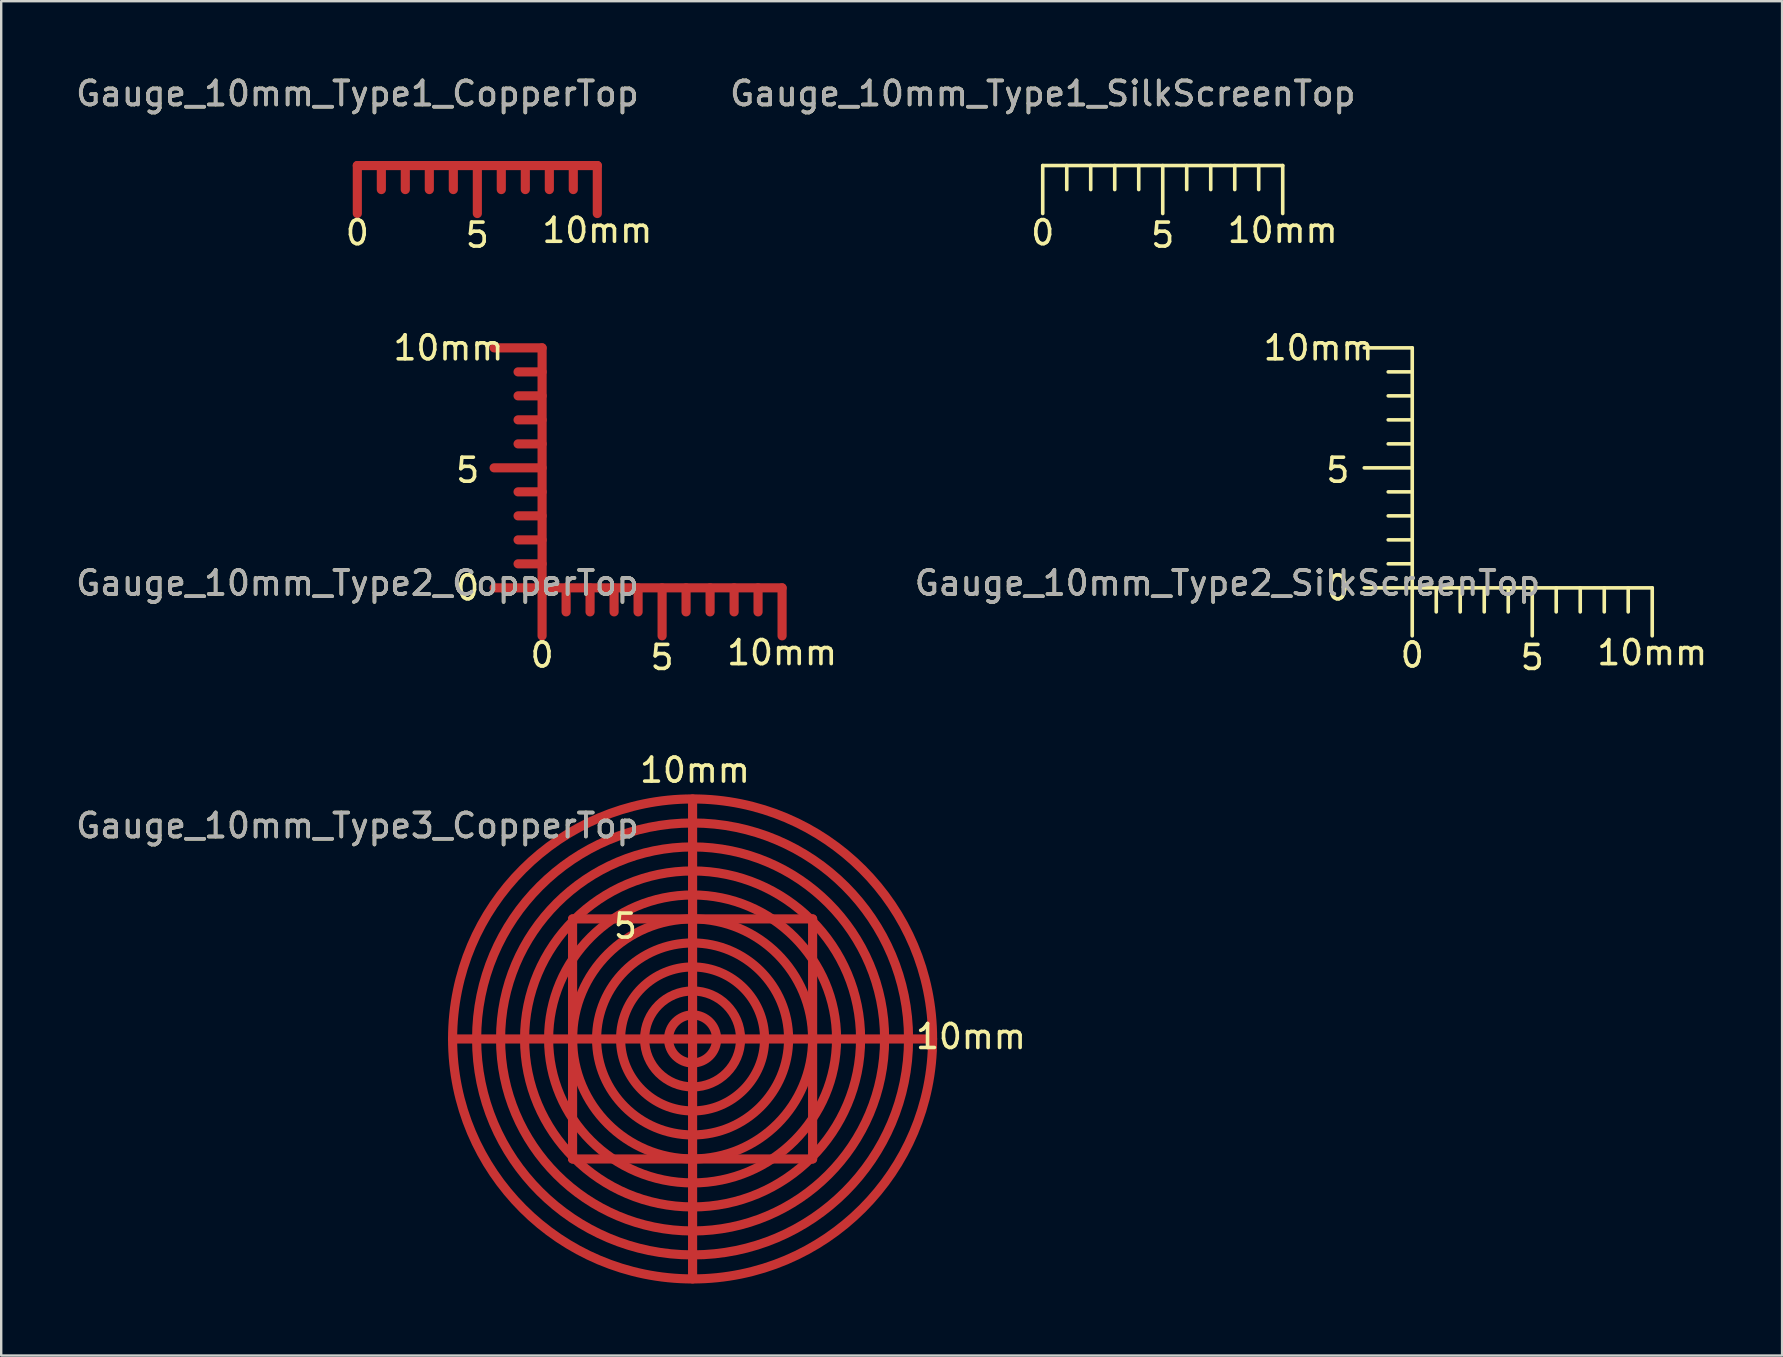
<source format=kicad_pcb>
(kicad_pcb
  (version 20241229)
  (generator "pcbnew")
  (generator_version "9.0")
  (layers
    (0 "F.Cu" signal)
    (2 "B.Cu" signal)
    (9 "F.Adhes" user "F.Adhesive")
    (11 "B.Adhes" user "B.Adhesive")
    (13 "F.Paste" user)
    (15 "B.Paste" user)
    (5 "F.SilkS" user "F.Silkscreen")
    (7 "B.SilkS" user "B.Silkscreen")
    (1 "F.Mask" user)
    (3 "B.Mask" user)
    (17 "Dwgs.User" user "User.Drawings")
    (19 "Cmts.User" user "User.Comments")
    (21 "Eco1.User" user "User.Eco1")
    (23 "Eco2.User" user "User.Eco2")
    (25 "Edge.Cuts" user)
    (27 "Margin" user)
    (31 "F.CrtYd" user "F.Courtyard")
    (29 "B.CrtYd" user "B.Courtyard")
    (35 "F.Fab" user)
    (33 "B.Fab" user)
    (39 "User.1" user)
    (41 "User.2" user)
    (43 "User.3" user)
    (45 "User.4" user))
  (footprint "Gauge_10mm_Type3_CopperTop"
    (layer "F.Cu")
    (at 25.809 40.241)
    (property "Reference" "Gauge_10mm_Type3_CopperTop" (at -13.97 -8.89 0) (layer "F.SilkS") (effects (font (size 1 1) (thickness 0.15))))
    (attr exclude_from_pos_files exclude_from_bom)
    (fp_line (start -5.001 -5.001) (end -5.001 0) (stroke (width 0.381) (type solid)) (layer "F.Cu"))
    (fp_line (start -5.001 5.001) (end -5.001 0) (stroke (width 0.381) (type solid)) (layer "F.Cu"))
    (fp_line (start -1.999 0) (end -10 0) (stroke (width 0.381) (type solid)) (layer "F.Cu"))
    (fp_line (start 0 -5.001) (end -5.001 -5.001) (stroke (width 0.381) (type solid)) (layer "F.Cu"))
    (fp_line (start 0 -5.001) (end 5.001 -5.001) (stroke (width 0.381) (type solid)) (layer "F.Cu"))
    (fp_line (start 0 0) (end -1.999 0) (stroke (width 0.381) (type solid)) (layer "F.Cu"))
    (fp_line (start 0 0) (end 0 -10) (stroke (width 0.381) (type solid)) (layer "F.Cu"))
    (fp_line (start 0 0) (end 0 1.999) (stroke (width 0.381) (type solid)) (layer "F.Cu"))
    (fp_line (start 0 0) (end 10 0) (stroke (width 0.381) (type solid)) (layer "F.Cu"))
    (fp_line (start 0 1.999) (end 0 10) (stroke (width 0.381) (type solid)) (layer "F.Cu"))
    (fp_line (start 0 5.001) (end -5.001 5.001) (stroke (width 0.381) (type solid)) (layer "F.Cu"))
    (fp_line (start 5.001 -5.001) (end 5.001 0) (stroke (width 0.381) (type solid)) (layer "F.Cu"))
    (fp_line (start 5.001 0) (end 5.001 5.001) (stroke (width 0.381) (type solid)) (layer "F.Cu"))
    (fp_line (start 5.001 5.001) (end 0 5.001) (stroke (width 0.381) (type solid)) (layer "F.Cu"))
    (fp_circle (center 0 0) (end 0 -8.999) (stroke (width 0.381) (type solid)) (fill no) (layer "F.Cu"))
    (fp_circle (center 0 0) (end 0 -8.001) (stroke (width 0.381) (type solid)) (fill no) (layer "F.Cu"))
    (fp_circle (center 0 0) (end 0 -7) (stroke (width 0.381) (type solid)) (fill no) (layer "F.Cu"))
    (fp_circle (center 0 0) (end 0 -5.999) (stroke (width 0.381) (type solid)) (fill no) (layer "F.Cu"))
    (fp_circle (center 0 0) (end 0 -4) (stroke (width 0.381) (type solid)) (fill no) (layer "F.Cu"))
    (fp_circle (center 0 0) (end 0 -3) (stroke (width 0.381) (type solid)) (fill no) (layer "F.Cu"))
    (fp_circle (center 0 0) (end 0 -1.999) (stroke (width 0.381) (type solid)) (fill no) (layer "F.Cu"))
    (fp_circle (center 0 0) (end 0 -1.001) (stroke (width 0.381) (type solid)) (fill no) (layer "F.Cu"))
    (fp_circle (center 0 0) (end 5.001 0) (stroke (width 0.381) (type solid)) (fill no) (layer "F.Cu"))
    (fp_circle (center 0 0) (end 10 0) (stroke (width 0.381) (type solid)) (fill no) (layer "F.Cu"))
    (fp_text user "5" (at -2.799 -4.699 0) (layer "F.SilkS") (effects (font (size 1 1) (thickness 0.15))))
    (fp_text user "10mm" (at 0.099 -11.199 0) (layer "F.SilkS") (effects (font (size 1 1) (thickness 0.15))))
    (fp_text user "10mm" (at 11.6 -0.099 0) (layer "F.SilkS") (effects (font (size 1 1) (thickness 0.15))))
    (fp_text user "${REFERENCE}" (at -13.97 -8.89 0) (layer "F.Fab") (effects (font (size 1 1) (thickness 0.15)))))
  (footprint "Gauge_10mm_Type2_CopperTop"
    (layer "F.Cu")
    (at 19.538 21.445)
    (property "Reference" "Gauge_10mm_Type2_CopperTop" (at -7.699 -0.201 0) (layer "F.SilkS") (effects (font (size 1 1) (thickness 0.15))))
    (attr exclude_from_pos_files exclude_from_bom)
    (fp_line (start 0 -10) (end -1.999 -10) (stroke (width 0.381) (type solid)) (layer "F.Cu"))
    (fp_line (start 0 -8.999) (end -1.001 -8.999) (stroke (width 0.381) (type solid)) (layer "F.Cu"))
    (fp_line (start 0 -8.001) (end -1.001 -8.001) (stroke (width 0.381) (type solid)) (layer "F.Cu"))
    (fp_line (start 0 -7) (end -1.001 -7) (stroke (width 0.381) (type solid)) (layer "F.Cu"))
    (fp_line (start 0 -5.999) (end -1.001 -5.999) (stroke (width 0.381) (type solid)) (layer "F.Cu"))
    (fp_line (start 0 -5.001) (end -1.999 -5.001) (stroke (width 0.381) (type solid)) (layer "F.Cu"))
    (fp_line (start 0 -4) (end -1.001 -4) (stroke (width 0.381) (type solid)) (layer "F.Cu"))
    (fp_line (start 0 -3) (end -1.001 -3) (stroke (width 0.381) (type solid)) (layer "F.Cu"))
    (fp_line (start 0 -1.999) (end -1.001 -1.999) (stroke (width 0.381) (type solid)) (layer "F.Cu"))
    (fp_line (start 0 -1.001) (end -1.001 -1.001) (stroke (width 0.381) (type solid)) (layer "F.Cu"))
    (fp_line (start 0 0) (end -1.999 0) (stroke (width 0.381) (type solid)) (layer "F.Cu"))
    (fp_line (start 0 0) (end 0 -10) (stroke (width 0.381) (type solid)) (layer "F.Cu"))
    (fp_line (start 0 0) (end 0 1.999) (stroke (width 0.381) (type solid)) (layer "F.Cu"))
    (fp_line (start 0 0) (end 10 0) (stroke (width 0.381) (type solid)) (layer "F.Cu"))
    (fp_line (start 1.001 0) (end 1.001 1.001) (stroke (width 0.381) (type solid)) (layer "F.Cu"))
    (fp_line (start 1.999 0) (end 1.999 1.001) (stroke (width 0.381) (type solid)) (layer "F.Cu"))
    (fp_line (start 3 0) (end 3 1.001) (stroke (width 0.381) (type solid)) (layer "F.Cu"))
    (fp_line (start 4 0) (end 4 1.001) (stroke (width 0.381) (type solid)) (layer "F.Cu"))
    (fp_line (start 5.001 0) (end 5.001 1.999) (stroke (width 0.381) (type solid)) (layer "F.Cu"))
    (fp_line (start 5.999 0) (end 5.999 1.001) (stroke (width 0.381) (type solid)) (layer "F.Cu"))
    (fp_line (start 7 0) (end 7 1.001) (stroke (width 0.381) (type solid)) (layer "F.Cu"))
    (fp_line (start 8.001 0) (end 8.001 1.001) (stroke (width 0.381) (type solid)) (layer "F.Cu"))
    (fp_line (start 8.999 0) (end 8.999 1.001) (stroke (width 0.381) (type solid)) (layer "F.Cu"))
    (fp_line (start 10 0) (end 10 1.999) (stroke (width 0.381) (type solid)) (layer "F.Cu"))
    (fp_text user "0" (at 0 2.799 0) (layer "F.SilkS") (effects (font (size 1 1) (thickness 0.15))))
    (fp_text user "10mm" (at 10 2.7 0) (layer "F.SilkS") (effects (font (size 1 1) (thickness 0.15))))
    (fp_text user "0" (at -3.101 0 0) (layer "F.SilkS") (effects (font (size 1 1) (thickness 0.15))))
    (fp_text user "10mm" (at -3.901 -10 0) (layer "F.SilkS") (effects (font (size 1 1) (thickness 0.15))))
    (fp_text user "5" (at -3.101 -4.9 0) (layer "F.SilkS") (effects (font (size 1 1) (thickness 0.15))))
    (fp_text user "5" (at 4.999 2.901 0) (layer "F.SilkS") (effects (font (size 1 1) (thickness 0.15))))
    (fp_text user "${REFERENCE}" (at -7.699 -0.201 0) (layer "F.Fab") (effects (font (size 1 1) (thickness 0.15)))))
  (footprint "Gauge_10mm_Type2_SilkScreenTop"
    (layer "F.Cu")
    (at 55.796 21.445)
    (property "Reference" "Gauge_10mm_Type2_SilkScreenTop" (at -7.699 -0.201 0) (layer "F.SilkS") (effects (font (size 1 1) (thickness 0.15))))
    (attr exclude_from_pos_files exclude_from_bom)
    (fp_line (start 0 -10) (end -1.999 -10) (stroke (width 0.15) (type solid)) (layer "F.SilkS"))
    (fp_line (start 0 -8.999) (end -1.001 -8.999) (stroke (width 0.15) (type solid)) (layer "F.SilkS"))
    (fp_line (start 0 -8.001) (end -1.001 -8.001) (stroke (width 0.15) (type solid)) (layer "F.SilkS"))
    (fp_line (start 0 -7) (end -1.001 -7) (stroke (width 0.15) (type solid)) (layer "F.SilkS"))
    (fp_line (start 0 -5.999) (end -1.001 -5.999) (stroke (width 0.15) (type solid)) (layer "F.SilkS"))
    (fp_line (start 0 -5.001) (end -1.999 -5.001) (stroke (width 0.15) (type solid)) (layer "F.SilkS"))
    (fp_line (start 0 -4) (end -1.001 -4) (stroke (width 0.15) (type solid)) (layer "F.SilkS"))
    (fp_line (start 0 -3) (end -1.001 -3) (stroke (width 0.15) (type solid)) (layer "F.SilkS"))
    (fp_line (start 0 -1.999) (end -1.001 -1.999) (stroke (width 0.15) (type solid)) (layer "F.SilkS"))
    (fp_line (start 0 -1.001) (end -1.001 -1.001) (stroke (width 0.15) (type solid)) (layer "F.SilkS"))
    (fp_line (start 0 0) (end -1.999 0) (stroke (width 0.15) (type solid)) (layer "F.SilkS"))
    (fp_line (start 0 0) (end 0 -10) (stroke (width 0.15) (type solid)) (layer "F.SilkS"))
    (fp_line (start 0 0) (end 0 1.999) (stroke (width 0.15) (type solid)) (layer "F.SilkS"))
    (fp_line (start 0 0) (end 10 0) (stroke (width 0.15) (type solid)) (layer "F.SilkS"))
    (fp_line (start 1.001 0) (end 1.001 1.001) (stroke (width 0.15) (type solid)) (layer "F.SilkS"))
    (fp_line (start 1.999 0) (end 1.999 1.001) (stroke (width 0.15) (type solid)) (layer "F.SilkS"))
    (fp_line (start 3 0) (end 3 1.001) (stroke (width 0.15) (type solid)) (layer "F.SilkS"))
    (fp_line (start 4 0) (end 4 1.001) (stroke (width 0.15) (type solid)) (layer "F.SilkS"))
    (fp_line (start 5.001 0) (end 5.001 1.999) (stroke (width 0.15) (type solid)) (layer "F.SilkS"))
    (fp_line (start 5.999 0) (end 5.999 1.001) (stroke (width 0.15) (type solid)) (layer "F.SilkS"))
    (fp_line (start 7 0) (end 7 1.001) (stroke (width 0.15) (type solid)) (layer "F.SilkS"))
    (fp_line (start 8.001 0) (end 8.001 1.001) (stroke (width 0.15) (type solid)) (layer "F.SilkS"))
    (fp_line (start 8.999 0) (end 8.999 1.001) (stroke (width 0.15) (type solid)) (layer "F.SilkS"))
    (fp_line (start 10 0) (end 10 1.999) (stroke (width 0.15) (type solid)) (layer "F.SilkS"))
    (fp_text user "0" (at 0 2.799 0) (layer "F.SilkS") (effects (font (size 1 1) (thickness 0.15))))
    (fp_text user "10mm" (at -3.901 -10 0) (layer "F.SilkS") (effects (font (size 1 1) (thickness 0.15))))
    (fp_text user "5" (at -3.101 -4.9 0) (layer "F.SilkS") (effects (font (size 1 1) (thickness 0.15))))
    (fp_text user "10mm" (at 10 2.7 0) (layer "F.SilkS") (effects (font (size 1 1) (thickness 0.15))))
    (fp_text user "0" (at -3.101 0 0) (layer "F.SilkS") (effects (font (size 1 1) (thickness 0.15))))
    (fp_text user "5" (at 4.999 2.901 0) (layer "F.SilkS") (effects (font (size 1 1) (thickness 0.15))))
    (fp_text user "${REFERENCE}" (at -7.699 -0.201 0) (layer "F.Fab") (effects (font (size 1 1) (thickness 0.15)))))
  (footprint "Gauge_10mm_Type1_CopperTop"
    (layer "F.Cu")
    (at 11.839 3.848)
    (property "Reference" "Gauge_10mm_Type1_CopperTop" (at 0 -3 0) (layer "F.SilkS") (effects (font (size 1 1) (thickness 0.15))))
    (attr exclude_from_pos_files exclude_from_bom)
    (fp_line (start 0 0) (end 0 1.999) (stroke (width 0.381) (type solid)) (layer "F.Cu"))
    (fp_line (start 0 0) (end 10 0) (stroke (width 0.381) (type solid)) (layer "F.Cu"))
    (fp_line (start 1.001 0) (end 1.001 1.001) (stroke (width 0.381) (type solid)) (layer "F.Cu"))
    (fp_line (start 1.999 0) (end 1.999 1.001) (stroke (width 0.381) (type solid)) (layer "F.Cu"))
    (fp_line (start 3 0) (end 3 1.001) (stroke (width 0.381) (type solid)) (layer "F.Cu"))
    (fp_line (start 4 0) (end 4 1.001) (stroke (width 0.381) (type solid)) (layer "F.Cu"))
    (fp_line (start 5.001 0) (end 5.001 1.999) (stroke (width 0.381) (type solid)) (layer "F.Cu"))
    (fp_line (start 5.999 0) (end 5.999 1.001) (stroke (width 0.381) (type solid)) (layer "F.Cu"))
    (fp_line (start 7 0) (end 7 1.001) (stroke (width 0.381) (type solid)) (layer "F.Cu"))
    (fp_line (start 8.001 0) (end 8.001 1.001) (stroke (width 0.381) (type solid)) (layer "F.Cu"))
    (fp_line (start 8.999 0) (end 8.999 1.001) (stroke (width 0.381) (type solid)) (layer "F.Cu"))
    (fp_line (start 10 0) (end 10 1.999) (stroke (width 0.381) (type solid)) (layer "F.Cu"))
    (fp_text user "0" (at 0 2.799 0) (layer "F.SilkS") (effects (font (size 1 1) (thickness 0.15))))
    (fp_text user "5" (at 4.999 2.901 0) (layer "F.SilkS") (effects (font (size 1 1) (thickness 0.15))))
    (fp_text user "10mm" (at 10 2.7 0) (layer "F.SilkS") (effects (font (size 1 1) (thickness 0.15))))
    (fp_text user "${REFERENCE}" (at 0 -3 0) (layer "F.Fab") (effects (font (size 1 1) (thickness 0.15)))))
  (footprint "Gauge_10mm_Type1_SilkScreenTop"
    (layer "F.Cu")
    (at 40.399 3.848)
    (property "Reference" "Gauge_10mm_Type1_SilkScreenTop" (at 0 -3 0) (layer "F.SilkS") (effects (font (size 1 1) (thickness 0.15))))
    (attr exclude_from_pos_files exclude_from_bom)
    (fp_line (start 0 0) (end 0 1.999) (stroke (width 0.15) (type solid)) (layer "F.SilkS"))
    (fp_line (start 0 0) (end 10 0) (stroke (width 0.15) (type solid)) (layer "F.SilkS"))
    (fp_line (start 1.001 0) (end 1.001 1.001) (stroke (width 0.15) (type solid)) (layer "F.SilkS"))
    (fp_line (start 1.999 0) (end 1.999 1.001) (stroke (width 0.15) (type solid)) (layer "F.SilkS"))
    (fp_line (start 3 0) (end 3 1.001) (stroke (width 0.15) (type solid)) (layer "F.SilkS"))
    (fp_line (start 4 0) (end 4 1.001) (stroke (width 0.15) (type solid)) (layer "F.SilkS"))
    (fp_line (start 5.001 0) (end 5.001 1.999) (stroke (width 0.15) (type solid)) (layer "F.SilkS"))
    (fp_line (start 5.999 0) (end 5.999 1.001) (stroke (width 0.15) (type solid)) (layer "F.SilkS"))
    (fp_line (start 7 0) (end 7 1.001) (stroke (width 0.15) (type solid)) (layer "F.SilkS"))
    (fp_line (start 8.001 0) (end 8.001 1.001) (stroke (width 0.15) (type solid)) (layer "F.SilkS"))
    (fp_line (start 8.999 0) (end 8.999 1.001) (stroke (width 0.15) (type solid)) (layer "F.SilkS"))
    (fp_line (start 10 0) (end 10 1.999) (stroke (width 0.15) (type solid)) (layer "F.SilkS"))
    (fp_text user "5" (at 4.999 2.901 0) (layer "F.SilkS") (effects (font (size 1 1) (thickness 0.15))))
    (fp_text user "10mm" (at 10 2.7 0) (layer "F.SilkS") (effects (font (size 1 1) (thickness 0.15))))
    (fp_text user "0" (at 0 2.799 0) (layer "F.SilkS") (effects (font (size 1 1) (thickness 0.15))))
    (fp_text user "${REFERENCE}" (at 0 -3 0) (layer "F.Fab") (effects (font (size 1 1) (thickness 0.15)))))
  (gr_rect
    (start -3 -3)
    (end 71.207 53.432)
    (stroke (width 0.1) (type default))
    (fill no)
    (layer "Edge.Cuts")))
</source>
